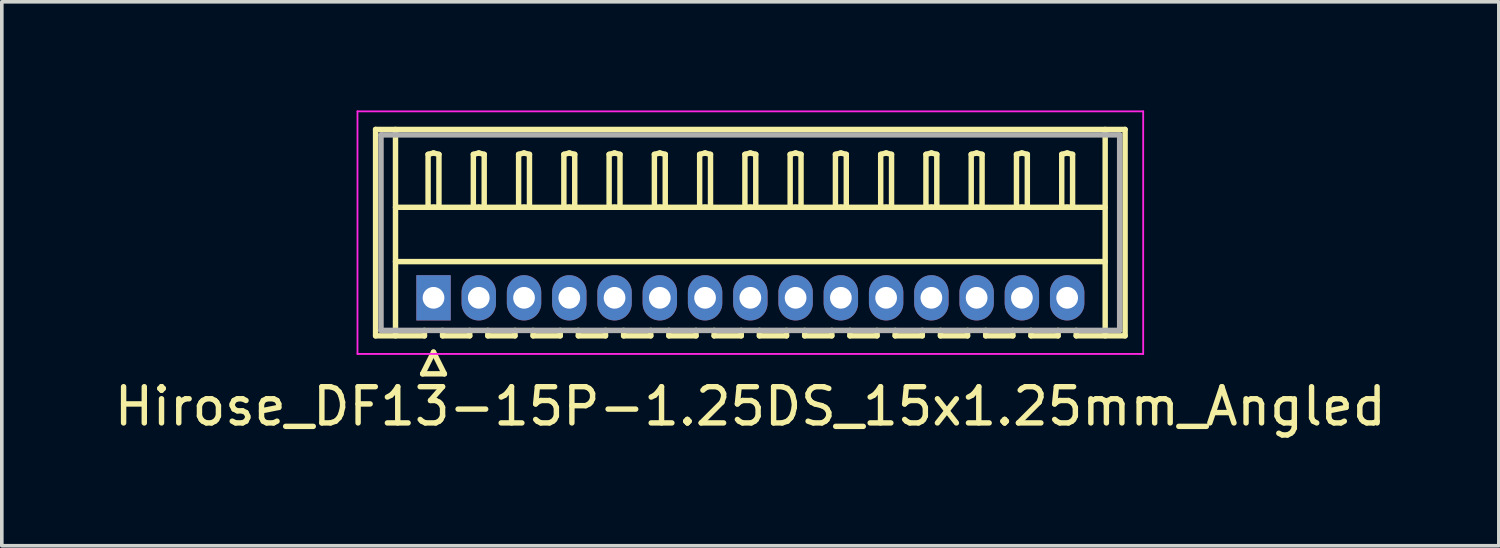
<source format=kicad_pcb>
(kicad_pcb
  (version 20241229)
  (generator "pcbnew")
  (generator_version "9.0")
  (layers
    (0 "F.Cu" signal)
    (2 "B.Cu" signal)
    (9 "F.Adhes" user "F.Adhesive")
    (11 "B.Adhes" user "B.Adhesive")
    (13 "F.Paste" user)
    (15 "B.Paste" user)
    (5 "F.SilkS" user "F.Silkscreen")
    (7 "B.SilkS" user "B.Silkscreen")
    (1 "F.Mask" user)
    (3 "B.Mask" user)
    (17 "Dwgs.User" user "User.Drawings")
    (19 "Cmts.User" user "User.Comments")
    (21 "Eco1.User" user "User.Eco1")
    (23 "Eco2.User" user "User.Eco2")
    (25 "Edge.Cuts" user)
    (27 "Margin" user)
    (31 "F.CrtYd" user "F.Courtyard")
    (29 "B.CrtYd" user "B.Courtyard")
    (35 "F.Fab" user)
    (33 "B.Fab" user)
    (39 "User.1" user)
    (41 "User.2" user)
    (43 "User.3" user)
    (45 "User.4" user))
  (footprint "Hirose_DF13-15P-1.25DS_15x1.25mm_Angled"
    (layer "F.Cu")
    (at 8.923 5.175)
    (property "Reference" "Hirose_DF13-15P-1.25DS_15x1.25mm_Angled" (at 8.75 3 0) (layer "F.SilkS") (effects (font (size 1 1) (thickness 0.15))))
    (attr through_hole)
    (fp_line (start -1.6 -4.65) (end 19.1 -4.65) (stroke (width 0.15) (type solid)) (layer "F.SilkS"))
    (fp_line (start -1.6 1.05) (end -1.6 -4.65) (stroke (width 0.15) (type solid)) (layer "F.SilkS"))
    (fp_line (start -1.05 -4.65) (end -1.05 1.05) (stroke (width 0.15) (type solid)) (layer "F.SilkS"))
    (fp_line (start -1.05 -2.5) (end 18.55 -2.5) (stroke (width 0.15) (type solid)) (layer "F.SilkS"))
    (fp_line (start -1.05 -1) (end 18.55 -1) (stroke (width 0.15) (type solid)) (layer "F.SilkS"))
    (fp_line (start -0.3 2.1) (end 0.3 2.1) (stroke (width 0.15) (type solid)) (layer "F.SilkS"))
    (fp_line (start -0.25 0.9) (end -0.25 1.05) (stroke (width 0.15) (type solid)) (layer "F.SilkS"))
    (fp_line (start -0.25 1.05) (end -1.6 1.05) (stroke (width 0.15) (type solid)) (layer "F.SilkS"))
    (fp_line (start -0.15 -3.962) (end 0 -4) (stroke (width 0.15) (type solid)) (layer "F.SilkS"))
    (fp_line (start -0.15 -2.5) (end -0.15 -3.962) (stroke (width 0.15) (type solid)) (layer "F.SilkS"))
    (fp_line (start 0 -4) (end 0.15 -3.962) (stroke (width 0.15) (type solid)) (layer "F.SilkS"))
    (fp_line (start 0 -2.5) (end -0.15 -2.5) (stroke (width 0.15) (type solid)) (layer "F.SilkS"))
    (fp_line (start 0 1.5) (end -0.3 2.1) (stroke (width 0.15) (type solid)) (layer "F.SilkS"))
    (fp_line (start 0.15 -3.962) (end 0.15 -2.5) (stroke (width 0.15) (type solid)) (layer "F.SilkS"))
    (fp_line (start 0.15 -2.5) (end 0 -2.5) (stroke (width 0.15) (type solid)) (layer "F.SilkS"))
    (fp_line (start 0.25 0.9) (end 0.25 1.05) (stroke (width 0.15) (type solid)) (layer "F.SilkS"))
    (fp_line (start 0.25 1.05) (end 1 1.05) (stroke (width 0.15) (type solid)) (layer "F.SilkS"))
    (fp_line (start 0.3 2.1) (end 0 1.5) (stroke (width 0.15) (type solid)) (layer "F.SilkS"))
    (fp_line (start 1 1.05) (end 1 0.9) (stroke (width 0.15) (type solid)) (layer "F.SilkS"))
    (fp_line (start 1.1 -3.962) (end 1.25 -4) (stroke (width 0.15) (type solid)) (layer "F.SilkS"))
    (fp_line (start 1.1 -2.5) (end 1.1 -3.962) (stroke (width 0.15) (type solid)) (layer "F.SilkS"))
    (fp_line (start 1.25 -4) (end 1.4 -3.962) (stroke (width 0.15) (type solid)) (layer "F.SilkS"))
    (fp_line (start 1.25 -2.5) (end 1.1 -2.5) (stroke (width 0.15) (type solid)) (layer "F.SilkS"))
    (fp_line (start 1.4 -3.962) (end 1.4 -2.5) (stroke (width 0.15) (type solid)) (layer "F.SilkS"))
    (fp_line (start 1.4 -2.5) (end 1.25 -2.5) (stroke (width 0.15) (type solid)) (layer "F.SilkS"))
    (fp_line (start 1.5 0.9) (end 1.5 1.05) (stroke (width 0.15) (type solid)) (layer "F.SilkS"))
    (fp_line (start 1.5 1.05) (end 2.25 1.05) (stroke (width 0.15) (type solid)) (layer "F.SilkS"))
    (fp_line (start 2.25 1.05) (end 2.25 0.9) (stroke (width 0.15) (type solid)) (layer "F.SilkS"))
    (fp_line (start 2.35 -3.962) (end 2.5 -4) (stroke (width 0.15) (type solid)) (layer "F.SilkS"))
    (fp_line (start 2.35 -2.5) (end 2.35 -3.962) (stroke (width 0.15) (type solid)) (layer "F.SilkS"))
    (fp_line (start 2.5 -4) (end 2.65 -3.962) (stroke (width 0.15) (type solid)) (layer "F.SilkS"))
    (fp_line (start 2.5 -2.5) (end 2.35 -2.5) (stroke (width 0.15) (type solid)) (layer "F.SilkS"))
    (fp_line (start 2.65 -3.962) (end 2.65 -2.5) (stroke (width 0.15) (type solid)) (layer "F.SilkS"))
    (fp_line (start 2.65 -2.5) (end 2.5 -2.5) (stroke (width 0.15) (type solid)) (layer "F.SilkS"))
    (fp_line (start 2.75 0.9) (end 2.75 1.05) (stroke (width 0.15) (type solid)) (layer "F.SilkS"))
    (fp_line (start 2.75 1.05) (end 3.5 1.05) (stroke (width 0.15) (type solid)) (layer "F.SilkS"))
    (fp_line (start 3.5 1.05) (end 3.5 0.9) (stroke (width 0.15) (type solid)) (layer "F.SilkS"))
    (fp_line (start 3.6 -3.962) (end 3.75 -4) (stroke (width 0.15) (type solid)) (layer "F.SilkS"))
    (fp_line (start 3.6 -2.5) (end 3.6 -3.962) (stroke (width 0.15) (type solid)) (layer "F.SilkS"))
    (fp_line (start 3.75 -4) (end 3.9 -3.962) (stroke (width 0.15) (type solid)) (layer "F.SilkS"))
    (fp_line (start 3.75 -2.5) (end 3.6 -2.5) (stroke (width 0.15) (type solid)) (layer "F.SilkS"))
    (fp_line (start 3.9 -3.962) (end 3.9 -2.5) (stroke (width 0.15) (type solid)) (layer "F.SilkS"))
    (fp_line (start 3.9 -2.5) (end 3.75 -2.5) (stroke (width 0.15) (type solid)) (layer "F.SilkS"))
    (fp_line (start 4 0.9) (end 4 1.05) (stroke (width 0.15) (type solid)) (layer "F.SilkS"))
    (fp_line (start 4 1.05) (end 4.75 1.05) (stroke (width 0.15) (type solid)) (layer "F.SilkS"))
    (fp_line (start 4.75 1.05) (end 4.75 0.9) (stroke (width 0.15) (type solid)) (layer "F.SilkS"))
    (fp_line (start 4.85 -3.962) (end 5 -4) (stroke (width 0.15) (type solid)) (layer "F.SilkS"))
    (fp_line (start 4.85 -2.5) (end 4.85 -3.962) (stroke (width 0.15) (type solid)) (layer "F.SilkS"))
    (fp_line (start 5 -4) (end 5.15 -3.962) (stroke (width 0.15) (type solid)) (layer "F.SilkS"))
    (fp_line (start 5 -2.5) (end 4.85 -2.5) (stroke (width 0.15) (type solid)) (layer "F.SilkS"))
    (fp_line (start 5.15 -3.962) (end 5.15 -2.5) (stroke (width 0.15) (type solid)) (layer "F.SilkS"))
    (fp_line (start 5.15 -2.5) (end 5 -2.5) (stroke (width 0.15) (type solid)) (layer "F.SilkS"))
    (fp_line (start 5.25 0.9) (end 5.25 1.05) (stroke (width 0.15) (type solid)) (layer "F.SilkS"))
    (fp_line (start 5.25 1.05) (end 6 1.05) (stroke (width 0.15) (type solid)) (layer "F.SilkS"))
    (fp_line (start 6 1.05) (end 6 0.9) (stroke (width 0.15) (type solid)) (layer "F.SilkS"))
    (fp_line (start 6.1 -3.962) (end 6.25 -4) (stroke (width 0.15) (type solid)) (layer "F.SilkS"))
    (fp_line (start 6.1 -2.5) (end 6.1 -3.962) (stroke (width 0.15) (type solid)) (layer "F.SilkS"))
    (fp_line (start 6.25 -4) (end 6.4 -3.962) (stroke (width 0.15) (type solid)) (layer "F.SilkS"))
    (fp_line (start 6.25 -2.5) (end 6.1 -2.5) (stroke (width 0.15) (type solid)) (layer "F.SilkS"))
    (fp_line (start 6.4 -3.962) (end 6.4 -2.5) (stroke (width 0.15) (type solid)) (layer "F.SilkS"))
    (fp_line (start 6.4 -2.5) (end 6.25 -2.5) (stroke (width 0.15) (type solid)) (layer "F.SilkS"))
    (fp_line (start 6.5 0.9) (end 6.5 1.05) (stroke (width 0.15) (type solid)) (layer "F.SilkS"))
    (fp_line (start 6.5 1.05) (end 7.25 1.05) (stroke (width 0.15) (type solid)) (layer "F.SilkS"))
    (fp_line (start 7.25 1.05) (end 7.25 0.9) (stroke (width 0.15) (type solid)) (layer "F.SilkS"))
    (fp_line (start 7.35 -3.962) (end 7.5 -4) (stroke (width 0.15) (type solid)) (layer "F.SilkS"))
    (fp_line (start 7.35 -2.5) (end 7.35 -3.962) (stroke (width 0.15) (type solid)) (layer "F.SilkS"))
    (fp_line (start 7.5 -4) (end 7.65 -3.962) (stroke (width 0.15) (type solid)) (layer "F.SilkS"))
    (fp_line (start 7.5 -2.5) (end 7.35 -2.5) (stroke (width 0.15) (type solid)) (layer "F.SilkS"))
    (fp_line (start 7.65 -3.962) (end 7.65 -2.5) (stroke (width 0.15) (type solid)) (layer "F.SilkS"))
    (fp_line (start 7.65 -2.5) (end 7.5 -2.5) (stroke (width 0.15) (type solid)) (layer "F.SilkS"))
    (fp_line (start 7.75 0.9) (end 7.75 1.05) (stroke (width 0.15) (type solid)) (layer "F.SilkS"))
    (fp_line (start 7.75 1.05) (end 8.5 1.05) (stroke (width 0.15) (type solid)) (layer "F.SilkS"))
    (fp_line (start 8.5 1.05) (end 8.5 0.9) (stroke (width 0.15) (type solid)) (layer "F.SilkS"))
    (fp_line (start 8.6 -3.962) (end 8.75 -4) (stroke (width 0.15) (type solid)) (layer "F.SilkS"))
    (fp_line (start 8.6 -2.5) (end 8.6 -3.962) (stroke (width 0.15) (type solid)) (layer "F.SilkS"))
    (fp_line (start 8.75 -4) (end 8.9 -3.962) (stroke (width 0.15) (type solid)) (layer "F.SilkS"))
    (fp_line (start 8.75 -2.5) (end 8.6 -2.5) (stroke (width 0.15) (type solid)) (layer "F.SilkS"))
    (fp_line (start 8.9 -3.962) (end 8.9 -2.5) (stroke (width 0.15) (type solid)) (layer "F.SilkS"))
    (fp_line (start 8.9 -2.5) (end 8.75 -2.5) (stroke (width 0.15) (type solid)) (layer "F.SilkS"))
    (fp_line (start 9 0.9) (end 9 1.05) (stroke (width 0.15) (type solid)) (layer "F.SilkS"))
    (fp_line (start 9 1.05) (end 9.75 1.05) (stroke (width 0.15) (type solid)) (layer "F.SilkS"))
    (fp_line (start 9.75 1.05) (end 9.75 0.9) (stroke (width 0.15) (type solid)) (layer "F.SilkS"))
    (fp_line (start 9.85 -3.962) (end 10 -4) (stroke (width 0.15) (type solid)) (layer "F.SilkS"))
    (fp_line (start 9.85 -2.5) (end 9.85 -3.962) (stroke (width 0.15) (type solid)) (layer "F.SilkS"))
    (fp_line (start 10 -4) (end 10.15 -3.962) (stroke (width 0.15) (type solid)) (layer "F.SilkS"))
    (fp_line (start 10 -2.5) (end 9.85 -2.5) (stroke (width 0.15) (type solid)) (layer "F.SilkS"))
    (fp_line (start 10.15 -3.962) (end 10.15 -2.5) (stroke (width 0.15) (type solid)) (layer "F.SilkS"))
    (fp_line (start 10.15 -2.5) (end 10 -2.5) (stroke (width 0.15) (type solid)) (layer "F.SilkS"))
    (fp_line (start 10.25 0.9) (end 10.25 1.05) (stroke (width 0.15) (type solid)) (layer "F.SilkS"))
    (fp_line (start 10.25 1.05) (end 11 1.05) (stroke (width 0.15) (type solid)) (layer "F.SilkS"))
    (fp_line (start 11 1.05) (end 11 0.9) (stroke (width 0.15) (type solid)) (layer "F.SilkS"))
    (fp_line (start 11.1 -3.962) (end 11.25 -4) (stroke (width 0.15) (type solid)) (layer "F.SilkS"))
    (fp_line (start 11.1 -2.5) (end 11.1 -3.962) (stroke (width 0.15) (type solid)) (layer "F.SilkS"))
    (fp_line (start 11.25 -4) (end 11.4 -3.962) (stroke (width 0.15) (type solid)) (layer "F.SilkS"))
    (fp_line (start 11.25 -2.5) (end 11.1 -2.5) (stroke (width 0.15) (type solid)) (layer "F.SilkS"))
    (fp_line (start 11.4 -3.962) (end 11.4 -2.5) (stroke (width 0.15) (type solid)) (layer "F.SilkS"))
    (fp_line (start 11.4 -2.5) (end 11.25 -2.5) (stroke (width 0.15) (type solid)) (layer "F.SilkS"))
    (fp_line (start 11.5 0.9) (end 11.5 1.05) (stroke (width 0.15) (type solid)) (layer "F.SilkS"))
    (fp_line (start 11.5 1.05) (end 12.25 1.05) (stroke (width 0.15) (type solid)) (layer "F.SilkS"))
    (fp_line (start 12.25 1.05) (end 12.25 0.9) (stroke (width 0.15) (type solid)) (layer "F.SilkS"))
    (fp_line (start 12.35 -3.962) (end 12.5 -4) (stroke (width 0.15) (type solid)) (layer "F.SilkS"))
    (fp_line (start 12.35 -2.5) (end 12.35 -3.962) (stroke (width 0.15) (type solid)) (layer "F.SilkS"))
    (fp_line (start 12.5 -4) (end 12.65 -3.962) (stroke (width 0.15) (type solid)) (layer "F.SilkS"))
    (fp_line (start 12.5 -2.5) (end 12.35 -2.5) (stroke (width 0.15) (type solid)) (layer "F.SilkS"))
    (fp_line (start 12.65 -3.962) (end 12.65 -2.5) (stroke (width 0.15) (type solid)) (layer "F.SilkS"))
    (fp_line (start 12.65 -2.5) (end 12.5 -2.5) (stroke (width 0.15) (type solid)) (layer "F.SilkS"))
    (fp_line (start 12.75 0.9) (end 12.75 1.05) (stroke (width 0.15) (type solid)) (layer "F.SilkS"))
    (fp_line (start 12.75 1.05) (end 13.5 1.05) (stroke (width 0.15) (type solid)) (layer "F.SilkS"))
    (fp_line (start 13.5 1.05) (end 13.5 0.9) (stroke (width 0.15) (type solid)) (layer "F.SilkS"))
    (fp_line (start 13.6 -3.962) (end 13.75 -4) (stroke (width 0.15) (type solid)) (layer "F.SilkS"))
    (fp_line (start 13.6 -2.5) (end 13.6 -3.962) (stroke (width 0.15) (type solid)) (layer "F.SilkS"))
    (fp_line (start 13.75 -4) (end 13.9 -3.962) (stroke (width 0.15) (type solid)) (layer "F.SilkS"))
    (fp_line (start 13.75 -2.5) (end 13.6 -2.5) (stroke (width 0.15) (type solid)) (layer "F.SilkS"))
    (fp_line (start 13.9 -3.962) (end 13.9 -2.5) (stroke (width 0.15) (type solid)) (layer "F.SilkS"))
    (fp_line (start 13.9 -2.5) (end 13.75 -2.5) (stroke (width 0.15) (type solid)) (layer "F.SilkS"))
    (fp_line (start 14 0.9) (end 14 1.05) (stroke (width 0.15) (type solid)) (layer "F.SilkS"))
    (fp_line (start 14 1.05) (end 14.75 1.05) (stroke (width 0.15) (type solid)) (layer "F.SilkS"))
    (fp_line (start 14.75 1.05) (end 14.75 0.9) (stroke (width 0.15) (type solid)) (layer "F.SilkS"))
    (fp_line (start 14.85 -3.962) (end 15 -4) (stroke (width 0.15) (type solid)) (layer "F.SilkS"))
    (fp_line (start 14.85 -2.5) (end 14.85 -3.962) (stroke (width 0.15) (type solid)) (layer "F.SilkS"))
    (fp_line (start 15 -4) (end 15.15 -3.962) (stroke (width 0.15) (type solid)) (layer "F.SilkS"))
    (fp_line (start 15 -2.5) (end 14.85 -2.5) (stroke (width 0.15) (type solid)) (layer "F.SilkS"))
    (fp_line (start 15.15 -3.962) (end 15.15 -2.5) (stroke (width 0.15) (type solid)) (layer "F.SilkS"))
    (fp_line (start 15.15 -2.5) (end 15 -2.5) (stroke (width 0.15) (type solid)) (layer "F.SilkS"))
    (fp_line (start 15.25 0.9) (end 15.25 1.05) (stroke (width 0.15) (type solid)) (layer "F.SilkS"))
    (fp_line (start 15.25 1.05) (end 16 1.05) (stroke (width 0.15) (type solid)) (layer "F.SilkS"))
    (fp_line (start 16 1.05) (end 16 0.9) (stroke (width 0.15) (type solid)) (layer "F.SilkS"))
    (fp_line (start 16.1 -3.962) (end 16.25 -4) (stroke (width 0.15) (type solid)) (layer "F.SilkS"))
    (fp_line (start 16.1 -2.5) (end 16.1 -3.962) (stroke (width 0.15) (type solid)) (layer "F.SilkS"))
    (fp_line (start 16.25 -4) (end 16.4 -3.962) (stroke (width 0.15) (type solid)) (layer "F.SilkS"))
    (fp_line (start 16.25 -2.5) (end 16.1 -2.5) (stroke (width 0.15) (type solid)) (layer "F.SilkS"))
    (fp_line (start 16.4 -3.962) (end 16.4 -2.5) (stroke (width 0.15) (type solid)) (layer "F.SilkS"))
    (fp_line (start 16.4 -2.5) (end 16.25 -2.5) (stroke (width 0.15) (type solid)) (layer "F.SilkS"))
    (fp_line (start 16.5 0.9) (end 16.5 1.05) (stroke (width 0.15) (type solid)) (layer "F.SilkS"))
    (fp_line (start 16.5 1.05) (end 17.25 1.05) (stroke (width 0.15) (type solid)) (layer "F.SilkS"))
    (fp_line (start 17.25 1.05) (end 17.25 0.9) (stroke (width 0.15) (type solid)) (layer "F.SilkS"))
    (fp_line (start 17.35 -3.962) (end 17.5 -4) (stroke (width 0.15) (type solid)) (layer "F.SilkS"))
    (fp_line (start 17.35 -2.5) (end 17.35 -3.962) (stroke (width 0.15) (type solid)) (layer "F.SilkS"))
    (fp_line (start 17.5 -4) (end 17.65 -3.962) (stroke (width 0.15) (type solid)) (layer "F.SilkS"))
    (fp_line (start 17.5 -2.5) (end 17.35 -2.5) (stroke (width 0.15) (type solid)) (layer "F.SilkS"))
    (fp_line (start 17.65 -3.962) (end 17.65 -2.5) (stroke (width 0.15) (type solid)) (layer "F.SilkS"))
    (fp_line (start 17.65 -2.5) (end 17.5 -2.5) (stroke (width 0.15) (type solid)) (layer "F.SilkS"))
    (fp_line (start 17.75 1.05) (end 17.75 0.9) (stroke (width 0.15) (type solid)) (layer "F.SilkS"))
    (fp_line (start 18.55 -4.65) (end 18.55 1.05) (stroke (width 0.15) (type solid)) (layer "F.SilkS"))
    (fp_line (start 19.1 -4.65) (end 19.1 1.05) (stroke (width 0.15) (type solid)) (layer "F.SilkS"))
    (fp_line (start 19.1 1.05) (end 17.75 1.05) (stroke (width 0.15) (type solid)) (layer "F.SilkS"))
    (fp_line (start -2.1 -5.15) (end -2.1 1.55) (stroke (width 0.05) (type solid)) (layer "F.CrtYd"))
    (fp_line (start -2.1 1.55) (end 19.6 1.55) (stroke (width 0.05) (type solid)) (layer "F.CrtYd"))
    (fp_line (start 19.6 -5.15) (end -2.1 -5.15) (stroke (width 0.05) (type solid)) (layer "F.CrtYd"))
    (fp_line (start 19.6 1.55) (end 19.6 -5.15) (stroke (width 0.05) (type solid)) (layer "F.CrtYd"))
    (fp_line (start -1.45 -4.5) (end -1.45 0.9) (stroke (width 0.15) (type solid)) (layer "F.Fab"))
    (fp_line (start -1.45 0.9) (end 18.95 0.9) (stroke (width 0.15) (type solid)) (layer "F.Fab"))
    (fp_line (start 18.95 -4.5) (end -1.45 -4.5) (stroke (width 0.15) (type solid)) (layer "F.Fab"))
    (fp_line (start 18.95 0.9) (end 18.95 -4.5) (stroke (width 0.15) (type solid)) (layer "F.Fab"))
    (pad "1" thru_hole rect (at 0 0) (size 0.95 1.25) (drill 0.6) (layers "*.Cu" "*.Mask"))
    (pad "2" thru_hole oval (at 1.25 0) (size 0.95 1.25) (drill 0.6) (layers "*.Cu" "*.Mask"))
    (pad "3" thru_hole oval (at 2.5 0) (size 0.95 1.25) (drill 0.6) (layers "*.Cu" "*.Mask"))
    (pad "4" thru_hole oval (at 3.75 0) (size 0.95 1.25) (drill 0.6) (layers "*.Cu" "*.Mask"))
    (pad "5" thru_hole oval (at 5 0) (size 0.95 1.25) (drill 0.6) (layers "*.Cu" "*.Mask"))
    (pad "6" thru_hole oval (at 6.25 0) (size 0.95 1.25) (drill 0.6) (layers "*.Cu" "*.Mask"))
    (pad "7" thru_hole oval (at 7.5 0) (size 0.95 1.25) (drill 0.6) (layers "*.Cu" "*.Mask"))
    (pad "8" thru_hole oval (at 8.75 0) (size 0.95 1.25) (drill 0.6) (layers "*.Cu" "*.Mask"))
    (pad "9" thru_hole oval (at 10 0) (size 0.95 1.25) (drill 0.6) (layers "*.Cu" "*.Mask"))
    (pad "10" thru_hole oval (at 11.25 0) (size 0.95 1.25) (drill 0.6) (layers "*.Cu" "*.Mask"))
    (pad "11" thru_hole oval (at 12.5 0) (size 0.95 1.25) (drill 0.6) (layers "*.Cu" "*.Mask"))
    (pad "12" thru_hole oval (at 13.75 0) (size 0.95 1.25) (drill 0.6) (layers "*.Cu" "*.Mask"))
    (pad "13" thru_hole oval (at 15 0) (size 0.95 1.25) (drill 0.6) (layers "*.Cu" "*.Mask"))
    (pad "14" thru_hole oval (at 16.25 0) (size 0.95 1.25) (drill 0.6) (layers "*.Cu" "*.Mask"))
    (pad "15" thru_hole oval (at 17.5 0) (size 0.95 1.25) (drill 0.6) (layers "*.Cu" "*.Mask")))
  (gr_rect
    (start -3 -3)
    (end 38.345 12.023)
    (stroke (width 0.1) (type default))
    (fill no)
    (layer "Edge.Cuts")))
</source>
